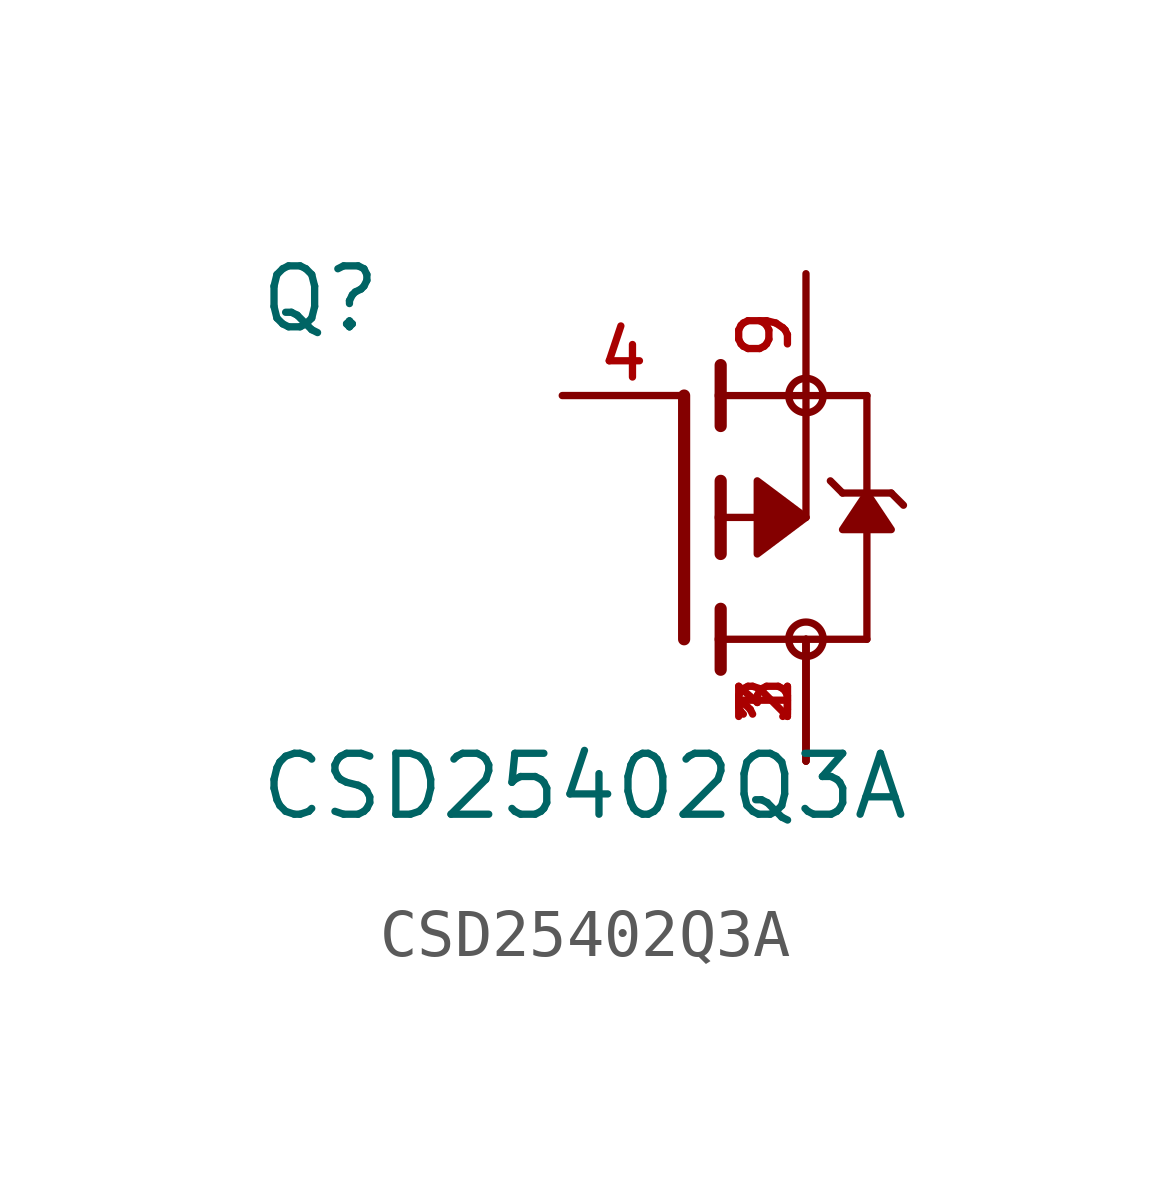
<source format=kicad_sym>
(kicad_symbol_lib
  (version 20211014)
  (generator kicad_symbol_editor)
  (symbol "CSD25402Q3A"
    (pin_names
      (offset 1.016))
    (property "Reference" "Q"
      (at -8.89 3.81 0)
      (effects (font (size 1.27 1.27)) (justify bottom left)))
    (property "Value" "CSD25402Q3A"
      (at -8.89 -6.35 0)
      (effects (font (size 1.27 1.27)) (justify bottom left)))
    (symbol "CSD25402Q3A_0_0"
      (polyline (pts (xy 0.762 -0.762) (xy 0.762 0.0)) (stroke (width 0.254)))
      (polyline (pts (xy 0.762 0.0) (xy 0.762 0.762)) (stroke (width 0.254)))
      (polyline (pts (xy 0.762 -3.175) (xy 0.762 -2.54)) (stroke (width 0.254)))
      (polyline (pts (xy 0.762 -2.54) (xy 0.762 -1.905)) (stroke (width 0.254)))
      (polyline (pts (xy 0.762 0.0) (xy 2.54 0.0)) (stroke (width 0.152)))
      (polyline (pts (xy 2.54 0.0) (xy 2.54 2.54)) (stroke (width 0.152)))
      (polyline (pts (xy 0.762 1.905) (xy 0.762 2.54)) (stroke (width 0.254)))
      (polyline (pts (xy 0.762 2.54) (xy 0.762 3.175)) (stroke (width 0.254)))
      (polyline (pts (xy 0.0 -2.54) (xy 0.0 2.54)) (stroke (width 0.254)))
      (polyline (pts (xy 2.54 2.54) (xy 0.762 2.54)) (stroke (width 0.152)))
      (polyline (pts (xy 3.81 -2.54) (xy 3.81 0.508)) (stroke (width 0.152)))
      (polyline (pts (xy 3.81 0.508) (xy 3.81 2.54)) (stroke (width 0.152)))
      (polyline (pts (xy 2.54 2.54) (xy 3.81 2.54)) (stroke (width 0.152)))
      (polyline (pts (xy 0.762 -2.54) (xy 3.81 -2.54)) (stroke (width 0.152)))
      (polyline (pts (xy 3.048 0.762) (xy 3.302 0.508)) (stroke (width 0.152)))
      (polyline (pts (xy 3.302 0.508) (xy 3.81 0.508)) (stroke (width 0.152)))
      (polyline (pts (xy 3.81 0.508) (xy 4.318 0.508)) (stroke (width 0.152)))
      (polyline (pts (xy 4.318 0.508) (xy 4.572 0.254)) (stroke (width 0.152)))
      (circle (center 2.54 2.54) (radius 0.359) (stroke (width 0.0)) (fill (type none)))
      (circle (center 2.54 -2.54) (radius 0.359) (stroke (width 0.0)) (fill (type none)))
      (polyline (pts (xy 3.81 0.508) (xy 4.318 -0.254) (xy 3.302 -0.254) (xy 3.81 0.508)) (stroke (width 0.152)) (fill (type outline)))
      (polyline (pts (xy 2.54 0.0) (xy 1.524 0.762) (xy 1.524 -0.762) (xy 2.54 0.0)) (stroke (width 0.152)) (fill (type outline)))
      (pin passive line (at 2.54 5.08 270.0) (length 2.54) (name "~" (effects (font (size 1.016 1.016)))) (number "9" (effects (font (size 1.016 1.016)))))
      (pin passive line (at -2.54 2.54 0) (length 2.54) (name "~" (effects (font (size 1.016 1.016)))) (number "4" (effects (font (size 1.016 1.016)))))
      (pin passive line (at 2.54 -5.08 90.0) (length 2.54) (name "~" (effects (font (size 1.016 1.016)))) (number "1" (effects (font (size 1.016 1.016)))))
      (pin passive line (at 2.54 -5.08 90.0) (length 2.54) (name "~" (effects (font (size 1.016 1.016)))) (number "2" (effects (font (size 1.016 1.016)))))
      (pin passive line (at 2.54 -5.08 90.0) (length 2.54) (name "~" (effects (font (size 1.016 1.016)))) (number "3" (effects (font (size 1.016 1.016))))))))
</source>
